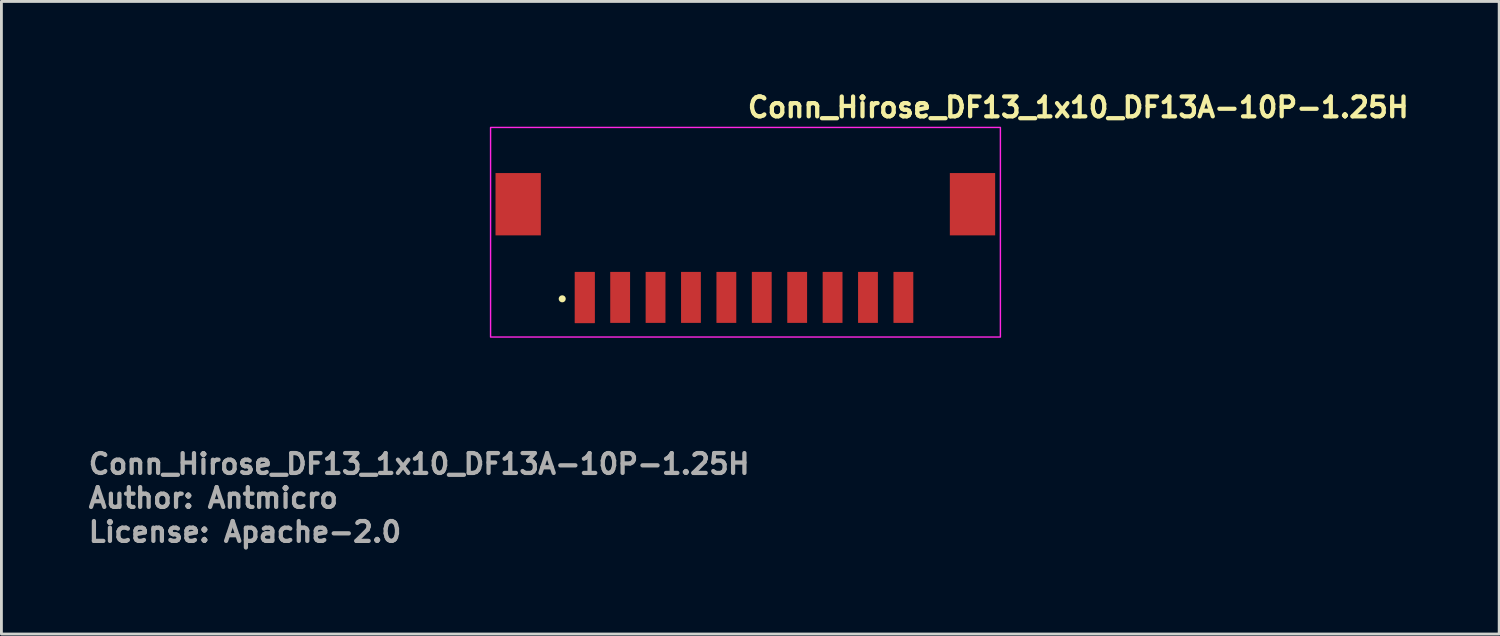
<source format=kicad_pcb>
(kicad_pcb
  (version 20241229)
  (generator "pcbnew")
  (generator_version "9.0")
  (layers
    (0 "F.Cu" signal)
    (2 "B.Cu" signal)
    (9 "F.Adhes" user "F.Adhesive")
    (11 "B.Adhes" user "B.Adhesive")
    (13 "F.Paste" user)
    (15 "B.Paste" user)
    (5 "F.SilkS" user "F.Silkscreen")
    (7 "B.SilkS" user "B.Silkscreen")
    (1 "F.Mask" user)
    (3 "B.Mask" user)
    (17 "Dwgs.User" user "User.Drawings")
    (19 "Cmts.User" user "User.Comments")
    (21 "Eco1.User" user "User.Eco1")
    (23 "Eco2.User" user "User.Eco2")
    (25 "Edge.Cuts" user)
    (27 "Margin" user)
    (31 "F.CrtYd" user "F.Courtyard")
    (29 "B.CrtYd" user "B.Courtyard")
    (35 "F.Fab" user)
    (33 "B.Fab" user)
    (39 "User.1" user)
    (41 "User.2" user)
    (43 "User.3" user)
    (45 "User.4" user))
  (footprint "Conn_Hirose_DF13_1x10_DF13A-10P-1.25H"
    (layer "F.Cu")
    (at 23.27 5.05)
    (property "Reference" "Conn_Hirose_DF13_1x10_DF13A-10P-1.25H" (at 0 -3.9 0) (layer "F.SilkS") (effects (font (size 0.7 0.7) (thickness 0.15)) (justify left bottom)))
    (attr smd)
    (fp_circle (center -6.47 2.45) (end -6.42 2.45) (stroke (width 0.15) (type solid)) (fill yes) (layer "F.SilkS"))
    (fp_rect (start -9 -3.6) (end 9 3.8) (stroke (width 0.05) (type solid)) (fill no) (layer "F.CrtYd"))
    (fp_rect (start -8.575 -3.25) (end 8.575 3.25) (stroke (width 0.1) (type solid)) (fill no) (layer "User.5"))
    (fp_line (start -8.575 -1.45) (end -8.575 -0.8) (stroke (width 0.02) (type solid)) (layer "User.9"))
    (fp_line (start -8.575 -1.45) (end -8.458 -1.45) (stroke (width 0.02) (type solid)) (layer "User.9"))
    (fp_line (start -8.575 -0.8) (end -8.458 -0.8) (stroke (width 0.02) (type solid)) (layer "User.9"))
    (fp_line (start -8.575 -0.3) (end -8.575 -0.8) (stroke (width 0.02) (type solid)) (layer "User.9"))
    (fp_line (start -8.575 -0.3) (end -8.575 0.35) (stroke (width 0.02) (type solid)) (layer "User.9"))
    (fp_line (start -8.575 -0.3) (end -8.458 -0.3) (stroke (width 0.02) (type solid)) (layer "User.9"))
    (fp_line (start -8.575 0.35) (end -8.458 0.35) (stroke (width 0.02) (type solid)) (layer "User.9"))
    (fp_line (start -8.458 -1.45) (end -8.458 -1.45) (stroke (width 0.02) (type solid)) (layer "User.9"))
    (fp_line (start -8.458 -1.45) (end -8.175 -1.45) (stroke (width 0.02) (type solid)) (layer "User.9"))
    (fp_line (start -8.458 -0.8) (end -8.458 -0.8) (stroke (width 0.02) (type solid)) (layer "User.9"))
    (fp_line (start -8.458 -0.8) (end -8.175 -0.8) (stroke (width 0.02) (type solid)) (layer "User.9"))
    (fp_line (start -8.458 -0.3) (end -8.458 -0.3) (stroke (width 0.02) (type solid)) (layer "User.9"))
    (fp_line (start -8.458 -0.3) (end -8.175 -0.3) (stroke (width 0.02) (type solid)) (layer "User.9"))
    (fp_line (start -8.458 0.35) (end -8.458 0.35) (stroke (width 0.02) (type solid)) (layer "User.9"))
    (fp_line (start -8.458 0.35) (end -8.175 0.35) (stroke (width 0.02) (type solid)) (layer "User.9"))
    (fp_line (start -8.375 -0.3) (end -8.375 -0.8) (stroke (width 0.02) (type solid)) (layer "User.9"))
    (fp_line (start -8.175 -0.8) (end -7.775 -0.8) (stroke (width 0.02) (type solid)) (layer "User.9"))
    (fp_line (start -8.175 0.35) (end -7.475 0.35) (stroke (width 0.02) (type solid)) (layer "User.9"))
    (fp_line (start -7.825 -2.25) (end -7.075 -2.25) (stroke (width 0.02) (type solid)) (layer "User.9"))
    (fp_line (start -7.825 -1.45) (end -7.825 -2.25) (stroke (width 0.02) (type solid)) (layer "User.9"))
    (fp_line (start -7.825 1.15) (end -7.825 0.35) (stroke (width 0.02) (type solid)) (layer "User.9"))
    (fp_line (start -7.825 1.15) (end -7.075 1.15) (stroke (width 0.02) (type solid)) (layer "User.9"))
    (fp_line (start -7.775 -0.8) (end -7.775 -0.3) (stroke (width 0.02) (type solid)) (layer "User.9"))
    (fp_line (start -7.775 -0.3) (end -8.175 -0.3) (stroke (width 0.02) (type solid)) (layer "User.9"))
    (fp_line (start -7.475 -1.45) (end -8.175 -1.45) (stroke (width 0.02) (type solid)) (layer "User.9"))
    (fp_line (start -7.475 -1.45) (end -7.192 -1.45) (stroke (width 0.02) (type solid)) (layer "User.9"))
    (fp_line (start -7.475 0.35) (end -7.192 0.35) (stroke (width 0.02) (type solid)) (layer "User.9"))
    (fp_line (start -7.285 -1.75) (end -7.075 -1.75) (stroke (width 0.02) (type solid)) (layer "User.9"))
    (fp_line (start -7.285 -1.45) (end -7.285 -1.75) (stroke (width 0.02) (type solid)) (layer "User.9"))
    (fp_line (start -7.285 0.65) (end -7.285 0.35) (stroke (width 0.02) (type solid)) (layer "User.9"))
    (fp_line (start -7.285 0.65) (end -7.075 0.65) (stroke (width 0.02) (type solid)) (layer "User.9"))
    (fp_line (start -7.275 -1.732) (end -7.275 -1.75) (stroke (width 0.02) (type solid)) (layer "User.9"))
    (fp_line (start -7.275 -1.732) (end -7.275 -1.55) (stroke (width 0.02) (type solid)) (layer "User.9"))
    (fp_line (start -7.275 -1.55) (end -7.075 -1.55) (stroke (width 0.02) (type solid)) (layer "User.9"))
    (fp_line (start -7.275 -1.45) (end -7.275 -1.55) (stroke (width 0.02) (type solid)) (layer "User.9"))
    (fp_line (start -7.275 0.451) (end -7.275 0.35) (stroke (width 0.02) (type solid)) (layer "User.9"))
    (fp_line (start -7.275 0.633) (end -7.275 0.451) (stroke (width 0.02) (type solid)) (layer "User.9"))
    (fp_line (start -7.275 0.65) (end -7.275 0.633) (stroke (width 0.02) (type solid)) (layer "User.9"))
    (fp_line (start -7.192 -1.45) (end -7.192 -1.45) (stroke (width 0.02) (type solid)) (layer "User.9"))
    (fp_line (start -7.192 -1.45) (end -7.075 -1.45) (stroke (width 0.02) (type solid)) (layer "User.9"))
    (fp_line (start -7.192 0.35) (end -7.192 0.35) (stroke (width 0.02) (type solid)) (layer "User.9"))
    (fp_line (start -7.192 0.35) (end -7.075 0.35) (stroke (width 0.02) (type solid)) (layer "User.9"))
    (fp_line (start -7.075 -3.25) (end -6.1 -3.25) (stroke (width 0.02) (type solid)) (layer "User.9"))
    (fp_line (start -7.075 0.451) (end -7.275 0.451) (stroke (width 0.02) (type solid)) (layer "User.9"))
    (fp_line (start -7.075 1.75) (end -7.075 -3.25) (stroke (width 0.02) (type solid)) (layer "User.9"))
    (fp_line (start -6.1 -3.25) (end -6.1 1.75) (stroke (width 0.02) (type solid)) (layer "User.9"))
    (fp_line (start -6.1 0.85) (end 6.1 0.85) (stroke (width 0.02) (type solid)) (layer "User.9"))
    (fp_line (start -6.1 1.75) (end -7.075 1.75) (stroke (width 0.02) (type solid)) (layer "User.9"))
    (fp_line (start -6.1 1.75) (end -5.8 1.75) (stroke (width 0.02) (type solid)) (layer "User.9"))
    (fp_line (start -5.8 -2.35) (end -5.8 -1.45) (stroke (width 0.02) (type solid)) (layer "User.9"))
    (fp_line (start -5.8 -2.35) (end -5.725 -2.65) (stroke (width 0.02) (type solid)) (layer "User.9"))
    (fp_line (start -5.8 -2.35) (end -5.45 -2.35) (stroke (width 0.02) (type solid)) (layer "User.9"))
    (fp_line (start -5.8 1.05) (end -5.8 1.2) (stroke (width 0.02) (type solid)) (layer "User.9"))
    (fp_line (start -5.8 1.05) (end -5.45 1.05) (stroke (width 0.02) (type solid)) (layer "User.9"))
    (fp_line (start -5.8 1.3) (end -5.45 1.3) (stroke (width 0.02) (type solid)) (layer "User.9"))
    (fp_line (start -5.8 1.303) (end -5.8 1.05) (stroke (width 0.02) (type solid)) (layer "User.9"))
    (fp_line (start -5.8 1.303) (end -5.8 1.45) (stroke (width 0.02) (type solid)) (layer "User.9"))
    (fp_line (start -5.8 1.45) (end -5.8 1.45) (stroke (width 0.02) (type solid)) (layer "User.9"))
    (fp_line (start -5.8 1.45) (end -5.8 1.75) (stroke (width 0.02) (type solid)) (layer "User.9"))
    (fp_line (start -5.8 1.75) (end -5.8 2.95) (stroke (width 0.02) (type solid)) (layer "User.9"))
    (fp_line (start -5.8 2.95) (end -5.725 3.25) (stroke (width 0.02) (type solid)) (layer "User.9"))
    (fp_line (start -5.725 3.25) (end -5.525 3.25) (stroke (width 0.02) (type solid)) (layer "User.9"))
    (fp_line (start -5.525 -2.65) (end -5.725 -2.65) (stroke (width 0.02) (type solid)) (layer "User.9"))
    (fp_line (start -5.525 -2.65) (end -5.45 -2.35) (stroke (width 0.02) (type solid)) (layer "User.9"))
    (fp_line (start -5.525 3.25) (end -5.45 2.95) (stroke (width 0.02) (type solid)) (layer "User.9"))
    (fp_line (start -5.45 -2.35) (end -5.45 -1.45) (stroke (width 0.02) (type solid)) (layer "User.9"))
    (fp_line (start -5.45 1.05) (end -5.45 1.2) (stroke (width 0.02) (type solid)) (layer "User.9"))
    (fp_line (start -5.45 1.05) (end -5.449 1.05) (stroke (width 0.02) (type solid)) (layer "User.9"))
    (fp_line (start -5.45 1.2) (end -5.45 1.3) (stroke (width 0.02) (type solid)) (layer "User.9"))
    (fp_line (start -5.45 1.3) (end -5.45 1.432) (stroke (width 0.02) (type solid)) (layer "User.9"))
    (fp_line (start -5.45 1.432) (end -5.45 1.432) (stroke (width 0.02) (type solid)) (layer "User.9"))
    (fp_line (start -5.45 1.432) (end -5.45 1.75) (stroke (width 0.02) (type solid)) (layer "User.9"))
    (fp_line (start -5.45 1.55) (end -5.449 1.55) (stroke (width 0.02) (type solid)) (layer "User.9"))
    (fp_line (start -5.45 1.75) (end -5.45 2.95) (stroke (width 0.02) (type solid)) (layer "User.9"))
    (fp_line (start -5.45 2.95) (end -5.8 2.95) (stroke (width 0.02) (type solid)) (layer "User.9"))
    (fp_line (start -5.449 1.05) (end -5.8 1.05) (stroke (width 0.02) (type solid)) (layer "User.9"))
    (fp_line (start -5.449 1.75) (end -5.449 1.05) (stroke (width 0.02) (type solid)) (layer "User.9"))
    (fp_line (start -4.551 1.05) (end -4.55 1.05) (stroke (width 0.02) (type solid)) (layer "User.9"))
    (fp_line (start -4.551 1.05) (end -4.199 1.05) (stroke (width 0.02) (type solid)) (layer "User.9"))
    (fp_line (start -4.551 1.55) (end -4.55 1.55) (stroke (width 0.02) (type solid)) (layer "User.9"))
    (fp_line (start -4.551 1.75) (end -5.449 1.75) (stroke (width 0.02) (type solid)) (layer "User.9"))
    (fp_line (start -4.551 1.75) (end -4.551 1.05) (stroke (width 0.02) (type solid)) (layer "User.9"))
    (fp_line (start -4.55 -2.35) (end -4.55 -1.45) (stroke (width 0.02) (type solid)) (layer "User.9"))
    (fp_line (start -4.55 -2.35) (end -4.475 -2.65) (stroke (width 0.02) (type solid)) (layer "User.9"))
    (fp_line (start -4.55 -2.35) (end -4.2 -2.35) (stroke (width 0.02) (type solid)) (layer "User.9"))
    (fp_line (start -4.55 1.05) (end -4.55 1.2) (stroke (width 0.02) (type solid)) (layer "User.9"))
    (fp_line (start -4.55 1.2) (end -4.55 1.3) (stroke (width 0.02) (type solid)) (layer "User.9"))
    (fp_line (start -4.55 1.3) (end -4.55 1.432) (stroke (width 0.02) (type solid)) (layer "User.9"))
    (fp_line (start -4.55 1.3) (end -4.2 1.3) (stroke (width 0.02) (type solid)) (layer "User.9"))
    (fp_line (start -4.55 1.432) (end -4.55 1.432) (stroke (width 0.02) (type solid)) (layer "User.9"))
    (fp_line (start -4.55 1.432) (end -4.55 1.75) (stroke (width 0.02) (type solid)) (layer "User.9"))
    (fp_line (start -4.55 1.75) (end -4.55 2.95) (stroke (width 0.02) (type solid)) (layer "User.9"))
    (fp_line (start -4.55 2.95) (end -4.475 3.25) (stroke (width 0.02) (type solid)) (layer "User.9"))
    (fp_line (start -4.475 3.25) (end -4.275 3.25) (stroke (width 0.02) (type solid)) (layer "User.9"))
    (fp_line (start -4.275 -2.65) (end -4.475 -2.65) (stroke (width 0.02) (type solid)) (layer "User.9"))
    (fp_line (start -4.275 -2.65) (end -4.2 -2.35) (stroke (width 0.02) (type solid)) (layer "User.9"))
    (fp_line (start -4.275 3.25) (end -4.2 2.95) (stroke (width 0.02) (type solid)) (layer "User.9"))
    (fp_line (start -4.2 -2.35) (end -4.2 -1.45) (stroke (width 0.02) (type solid)) (layer "User.9"))
    (fp_line (start -4.2 1.05) (end -4.2 1.2) (stroke (width 0.02) (type solid)) (layer "User.9"))
    (fp_line (start -4.2 1.05) (end -4.199 1.05) (stroke (width 0.02) (type solid)) (layer "User.9"))
    (fp_line (start -4.2 1.2) (end -4.2 1.3) (stroke (width 0.02) (type solid)) (layer "User.9"))
    (fp_line (start -4.2 1.3) (end -4.2 1.432) (stroke (width 0.02) (type solid)) (layer "User.9"))
    (fp_line (start -4.2 1.432) (end -4.2 1.432) (stroke (width 0.02) (type solid)) (layer "User.9"))
    (fp_line (start -4.2 1.432) (end -4.2 1.75) (stroke (width 0.02) (type solid)) (layer "User.9"))
    (fp_line (start -4.2 1.55) (end -4.199 1.55) (stroke (width 0.02) (type solid)) (layer "User.9"))
    (fp_line (start -4.2 1.75) (end -4.2 2.95) (stroke (width 0.02) (type solid)) (layer "User.9"))
    (fp_line (start -4.2 2.95) (end -4.55 2.95) (stroke (width 0.02) (type solid)) (layer "User.9"))
    (fp_line (start -4.199 1.75) (end -4.199 1.05) (stroke (width 0.02) (type solid)) (layer "User.9"))
    (fp_line (start -4.199 1.75) (end -3.301 1.75) (stroke (width 0.02) (type solid)) (layer "User.9"))
    (fp_line (start -3.301 1.05) (end -3.3 1.05) (stroke (width 0.02) (type solid)) (layer "User.9"))
    (fp_line (start -3.301 1.05) (end -2.949 1.05) (stroke (width 0.02) (type solid)) (layer "User.9"))
    (fp_line (start -3.301 1.55) (end -3.3 1.55) (stroke (width 0.02) (type solid)) (layer "User.9"))
    (fp_line (start -3.301 1.75) (end -3.301 1.05) (stroke (width 0.02) (type solid)) (layer "User.9"))
    (fp_line (start -3.3 -2.35) (end -3.3 -1.45) (stroke (width 0.02) (type solid)) (layer "User.9"))
    (fp_line (start -3.3 -2.35) (end -3.225 -2.65) (stroke (width 0.02) (type solid)) (layer "User.9"))
    (fp_line (start -3.3 -2.35) (end -2.95 -2.35) (stroke (width 0.02) (type solid)) (layer "User.9"))
    (fp_line (start -3.3 1.05) (end -3.3 1.2) (stroke (width 0.02) (type solid)) (layer "User.9"))
    (fp_line (start -3.3 1.2) (end -3.3 1.3) (stroke (width 0.02) (type solid)) (layer "User.9"))
    (fp_line (start -3.3 1.3) (end -3.3 1.432) (stroke (width 0.02) (type solid)) (layer "User.9"))
    (fp_line (start -3.3 1.3) (end -2.95 1.3) (stroke (width 0.02) (type solid)) (layer "User.9"))
    (fp_line (start -3.3 1.432) (end -3.3 1.432) (stroke (width 0.02) (type solid)) (layer "User.9"))
    (fp_line (start -3.3 1.432) (end -3.3 1.75) (stroke (width 0.02) (type solid)) (layer "User.9"))
    (fp_line (start -3.3 1.75) (end -3.3 2.95) (stroke (width 0.02) (type solid)) (layer "User.9"))
    (fp_line (start -3.3 2.95) (end -3.225 3.25) (stroke (width 0.02) (type solid)) (layer "User.9"))
    (fp_line (start -3.225 3.25) (end -3.025 3.25) (stroke (width 0.02) (type solid)) (layer "User.9"))
    (fp_line (start -3.025 -2.65) (end -3.225 -2.65) (stroke (width 0.02) (type solid)) (layer "User.9"))
    (fp_line (start -3.025 -2.65) (end -2.95 -2.35) (stroke (width 0.02) (type solid)) (layer "User.9"))
    (fp_line (start -3.025 3.25) (end -2.95 2.95) (stroke (width 0.02) (type solid)) (layer "User.9"))
    (fp_line (start -2.95 -2.35) (end -2.95 -1.45) (stroke (width 0.02) (type solid)) (layer "User.9"))
    (fp_line (start -2.95 1.05) (end -2.95 1.2) (stroke (width 0.02) (type solid)) (layer "User.9"))
    (fp_line (start -2.95 1.05) (end -2.949 1.05) (stroke (width 0.02) (type solid)) (layer "User.9"))
    (fp_line (start -2.95 1.2) (end -2.95 1.3) (stroke (width 0.02) (type solid)) (layer "User.9"))
    (fp_line (start -2.95 1.3) (end -2.95 1.432) (stroke (width 0.02) (type solid)) (layer "User.9"))
    (fp_line (start -2.95 1.432) (end -2.95 1.432) (stroke (width 0.02) (type solid)) (layer "User.9"))
    (fp_line (start -2.95 1.432) (end -2.95 1.75) (stroke (width 0.02) (type solid)) (layer "User.9"))
    (fp_line (start -2.95 1.55) (end -2.949 1.55) (stroke (width 0.02) (type solid)) (layer "User.9"))
    (fp_line (start -2.95 1.75) (end -2.95 2.95) (stroke (width 0.02) (type solid)) (layer "User.9"))
    (fp_line (start -2.95 2.95) (end -3.3 2.95) (stroke (width 0.02) (type solid)) (layer "User.9"))
    (fp_line (start -2.949 1.75) (end -2.949 1.05) (stroke (width 0.02) (type solid)) (layer "User.9"))
    (fp_line (start -2.949 1.75) (end -2.051 1.75) (stroke (width 0.02) (type solid)) (layer "User.9"))
    (fp_line (start -2.051 1.05) (end -2.05 1.05) (stroke (width 0.02) (type solid)) (layer "User.9"))
    (fp_line (start -2.051 1.05) (end -1.699 1.05) (stroke (width 0.02) (type solid)) (layer "User.9"))
    (fp_line (start -2.051 1.55) (end -2.05 1.55) (stroke (width 0.02) (type solid)) (layer "User.9"))
    (fp_line (start -2.051 1.75) (end -2.051 1.05) (stroke (width 0.02) (type solid)) (layer "User.9"))
    (fp_line (start -2.05 -2.35) (end -2.05 -1.45) (stroke (width 0.02) (type solid)) (layer "User.9"))
    (fp_line (start -2.05 -2.35) (end -1.975 -2.65) (stroke (width 0.02) (type solid)) (layer "User.9"))
    (fp_line (start -2.05 -2.35) (end -1.7 -2.35) (stroke (width 0.02) (type solid)) (layer "User.9"))
    (fp_line (start -2.05 1.05) (end -2.05 1.2) (stroke (width 0.02) (type solid)) (layer "User.9"))
    (fp_line (start -2.05 1.2) (end -2.05 1.3) (stroke (width 0.02) (type solid)) (layer "User.9"))
    (fp_line (start -2.05 1.3) (end -2.05 1.432) (stroke (width 0.02) (type solid)) (layer "User.9"))
    (fp_line (start -2.05 1.3) (end -1.7 1.3) (stroke (width 0.02) (type solid)) (layer "User.9"))
    (fp_line (start -2.05 1.432) (end -2.05 1.432) (stroke (width 0.02) (type solid)) (layer "User.9"))
    (fp_line (start -2.05 1.432) (end -2.05 1.75) (stroke (width 0.02) (type solid)) (layer "User.9"))
    (fp_line (start -2.05 1.75) (end -2.05 2.95) (stroke (width 0.02) (type solid)) (layer "User.9"))
    (fp_line (start -2.05 2.95) (end -1.975 3.25) (stroke (width 0.02) (type solid)) (layer "User.9"))
    (fp_line (start -1.975 3.25) (end -1.775 3.25) (stroke (width 0.02) (type solid)) (layer "User.9"))
    (fp_line (start -1.775 -2.65) (end -1.975 -2.65) (stroke (width 0.02) (type solid)) (layer "User.9"))
    (fp_line (start -1.775 -2.65) (end -1.7 -2.35) (stroke (width 0.02) (type solid)) (layer "User.9"))
    (fp_line (start -1.775 3.25) (end -1.7 2.95) (stroke (width 0.02) (type solid)) (layer "User.9"))
    (fp_line (start -1.7 -2.35) (end -1.7 -1.45) (stroke (width 0.02) (type solid)) (layer "User.9"))
    (fp_line (start -1.7 1.05) (end -1.7 1.2) (stroke (width 0.02) (type solid)) (layer "User.9"))
    (fp_line (start -1.7 1.05) (end -1.699 1.05) (stroke (width 0.02) (type solid)) (layer "User.9"))
    (fp_line (start -1.7 1.2) (end -1.7 1.3) (stroke (width 0.02) (type solid)) (layer "User.9"))
    (fp_line (start -1.7 1.3) (end -1.7 1.432) (stroke (width 0.02) (type solid)) (layer "User.9"))
    (fp_line (start -1.7 1.432) (end -1.7 1.432) (stroke (width 0.02) (type solid)) (layer "User.9"))
    (fp_line (start -1.7 1.432) (end -1.7 1.75) (stroke (width 0.02) (type solid)) (layer "User.9"))
    (fp_line (start -1.7 1.55) (end -1.699 1.55) (stroke (width 0.02) (type solid)) (layer "User.9"))
    (fp_line (start -1.7 1.75) (end -1.7 2.95) (stroke (width 0.02) (type solid)) (layer "User.9"))
    (fp_line (start -1.7 2.95) (end -2.05 2.95) (stroke (width 0.02) (type solid)) (layer "User.9"))
    (fp_line (start -1.699 1.75) (end -1.699 1.05) (stroke (width 0.02) (type solid)) (layer "User.9"))
    (fp_line (start -1.699 1.75) (end -0.801 1.75) (stroke (width 0.02) (type solid)) (layer "User.9"))
    (fp_line (start -0.801 1.05) (end -0.8 1.05) (stroke (width 0.02) (type solid)) (layer "User.9"))
    (fp_line (start -0.801 1.05) (end -0.449 1.05) (stroke (width 0.02) (type solid)) (layer "User.9"))
    (fp_line (start -0.801 1.55) (end -0.8 1.55) (stroke (width 0.02) (type solid)) (layer "User.9"))
    (fp_line (start -0.801 1.75) (end -0.801 1.05) (stroke (width 0.02) (type solid)) (layer "User.9"))
    (fp_line (start -0.8 -2.35) (end -0.8 -1.45) (stroke (width 0.02) (type solid)) (layer "User.9"))
    (fp_line (start -0.8 -2.35) (end -0.725 -2.65) (stroke (width 0.02) (type solid)) (layer "User.9"))
    (fp_line (start -0.8 -2.35) (end -0.45 -2.35) (stroke (width 0.02) (type solid)) (layer "User.9"))
    (fp_line (start -0.8 1.05) (end -0.8 1.2) (stroke (width 0.02) (type solid)) (layer "User.9"))
    (fp_line (start -0.8 1.2) (end -0.8 1.3) (stroke (width 0.02) (type solid)) (layer "User.9"))
    (fp_line (start -0.8 1.3) (end -0.8 1.432) (stroke (width 0.02) (type solid)) (layer "User.9"))
    (fp_line (start -0.8 1.3) (end -0.45 1.3) (stroke (width 0.02) (type solid)) (layer "User.9"))
    (fp_line (start -0.8 1.432) (end -0.8 1.432) (stroke (width 0.02) (type solid)) (layer "User.9"))
    (fp_line (start -0.8 1.432) (end -0.8 1.75) (stroke (width 0.02) (type solid)) (layer "User.9"))
    (fp_line (start -0.8 1.75) (end -0.8 2.95) (stroke (width 0.02) (type solid)) (layer "User.9"))
    (fp_line (start -0.8 2.95) (end -0.725 3.25) (stroke (width 0.02) (type solid)) (layer "User.9"))
    (fp_line (start -0.725 3.25) (end -0.525 3.25) (stroke (width 0.02) (type solid)) (layer "User.9"))
    (fp_line (start -0.525 -2.65) (end -0.725 -2.65) (stroke (width 0.02) (type solid)) (layer "User.9"))
    (fp_line (start -0.525 -2.65) (end -0.45 -2.35) (stroke (width 0.02) (type solid)) (layer "User.9"))
    (fp_line (start -0.525 3.25) (end -0.45 2.95) (stroke (width 0.02) (type solid)) (layer "User.9"))
    (fp_line (start -0.45 -2.35) (end -0.45 -1.45) (stroke (width 0.02) (type solid)) (layer "User.9"))
    (fp_line (start -0.45 1.05) (end -0.45 1.2) (stroke (width 0.02) (type solid)) (layer "User.9"))
    (fp_line (start -0.45 1.05) (end -0.449 1.05) (stroke (width 0.02) (type solid)) (layer "User.9"))
    (fp_line (start -0.45 1.2) (end -0.45 1.3) (stroke (width 0.02) (type solid)) (layer "User.9"))
    (fp_line (start -0.45 1.3) (end -0.45 1.432) (stroke (width 0.02) (type solid)) (layer "User.9"))
    (fp_line (start -0.45 1.432) (end -0.45 1.432) (stroke (width 0.02) (type solid)) (layer "User.9"))
    (fp_line (start -0.45 1.432) (end -0.45 1.75) (stroke (width 0.02) (type solid)) (layer "User.9"))
    (fp_line (start -0.45 1.55) (end -0.449 1.55) (stroke (width 0.02) (type solid)) (layer "User.9"))
    (fp_line (start -0.45 1.75) (end -0.45 2.95) (stroke (width 0.02) (type solid)) (layer "User.9"))
    (fp_line (start -0.45 2.95) (end -0.8 2.95) (stroke (width 0.02) (type solid)) (layer "User.9"))
    (fp_line (start -0.449 1.75) (end -0.449 1.05) (stroke (width 0.02) (type solid)) (layer "User.9"))
    (fp_line (start 0.449 1.05) (end 0.45 1.05) (stroke (width 0.02) (type solid)) (layer "User.9"))
    (fp_line (start 0.449 1.55) (end 0.45 1.55) (stroke (width 0.02) (type solid)) (layer "User.9"))
    (fp_line (start 0.449 1.75) (end -0.449 1.75) (stroke (width 0.02) (type solid)) (layer "User.9"))
    (fp_line (start 0.449 1.75) (end 0.449 1.05) (stroke (width 0.02) (type solid)) (layer "User.9"))
    (fp_line (start 0.45 -2.35) (end 0.45 -1.45) (stroke (width 0.02) (type solid)) (layer "User.9"))
    (fp_line (start 0.45 -2.35) (end 0.525 -2.65) (stroke (width 0.02) (type solid)) (layer "User.9"))
    (fp_line (start 0.45 -2.35) (end 0.8 -2.35) (stroke (width 0.02) (type solid)) (layer "User.9"))
    (fp_line (start 0.45 1.05) (end 0.45 1.2) (stroke (width 0.02) (type solid)) (layer "User.9"))
    (fp_line (start 0.45 1.2) (end 0.45 1.3) (stroke (width 0.02) (type solid)) (layer "User.9"))
    (fp_line (start 0.45 1.3) (end 0.45 1.432) (stroke (width 0.02) (type solid)) (layer "User.9"))
    (fp_line (start 0.45 1.3) (end 0.8 1.3) (stroke (width 0.02) (type solid)) (layer "User.9"))
    (fp_line (start 0.45 1.432) (end 0.45 1.432) (stroke (width 0.02) (type solid)) (layer "User.9"))
    (fp_line (start 0.45 1.432) (end 0.45 1.75) (stroke (width 0.02) (type solid)) (layer "User.9"))
    (fp_line (start 0.45 1.75) (end 0.45 2.95) (stroke (width 0.02) (type solid)) (layer "User.9"))
    (fp_line (start 0.45 2.95) (end 0.525 3.25) (stroke (width 0.02) (type solid)) (layer "User.9"))
    (fp_line (start 0.525 3.25) (end 0.725 3.25) (stroke (width 0.02) (type solid)) (layer "User.9"))
    (fp_line (start 0.725 -2.65) (end 0.525 -2.65) (stroke (width 0.02) (type solid)) (layer "User.9"))
    (fp_line (start 0.725 -2.65) (end 0.8 -2.35) (stroke (width 0.02) (type solid)) (layer "User.9"))
    (fp_line (start 0.725 3.25) (end 0.8 2.95) (stroke (width 0.02) (type solid)) (layer "User.9"))
    (fp_line (start 0.8 -2.35) (end 0.8 -1.45) (stroke (width 0.02) (type solid)) (layer "User.9"))
    (fp_line (start 0.8 1.05) (end 0.8 1.2) (stroke (width 0.02) (type solid)) (layer "User.9"))
    (fp_line (start 0.8 1.05) (end 0.801 1.05) (stroke (width 0.02) (type solid)) (layer "User.9"))
    (fp_line (start 0.8 1.2) (end 0.8 1.3) (stroke (width 0.02) (type solid)) (layer "User.9"))
    (fp_line (start 0.8 1.3) (end 0.8 1.432) (stroke (width 0.02) (type solid)) (layer "User.9"))
    (fp_line (start 0.8 1.432) (end 0.8 1.432) (stroke (width 0.02) (type solid)) (layer "User.9"))
    (fp_line (start 0.8 1.432) (end 0.8 1.75) (stroke (width 0.02) (type solid)) (layer "User.9"))
    (fp_line (start 0.8 1.55) (end 0.801 1.55) (stroke (width 0.02) (type solid)) (layer "User.9"))
    (fp_line (start 0.8 1.75) (end 0.8 2.95) (stroke (width 0.02) (type solid)) (layer "User.9"))
    (fp_line (start 0.8 2.95) (end 0.45 2.95) (stroke (width 0.02) (type solid)) (layer "User.9"))
    (fp_line (start 0.801 1.05) (end 0.449 1.05) (stroke (width 0.02) (type solid)) (layer "User.9"))
    (fp_line (start 0.801 1.75) (end 0.801 1.05) (stroke (width 0.02) (type solid)) (layer "User.9"))
    (fp_line (start 1.699 1.05) (end 1.7 1.05) (stroke (width 0.02) (type solid)) (layer "User.9"))
    (fp_line (start 1.699 1.55) (end 1.7 1.55) (stroke (width 0.02) (type solid)) (layer "User.9"))
    (fp_line (start 1.699 1.75) (end 0.801 1.75) (stroke (width 0.02) (type solid)) (layer "User.9"))
    (fp_line (start 1.699 1.75) (end 1.699 1.05) (stroke (width 0.02) (type solid)) (layer "User.9"))
    (fp_line (start 1.7 -2.35) (end 1.7 -1.45) (stroke (width 0.02) (type solid)) (layer "User.9"))
    (fp_line (start 1.7 -2.35) (end 1.775 -2.65) (stroke (width 0.02) (type solid)) (layer "User.9"))
    (fp_line (start 1.7 -2.35) (end 2.05 -2.35) (stroke (width 0.02) (type solid)) (layer "User.9"))
    (fp_line (start 1.7 1.05) (end 1.7 1.2) (stroke (width 0.02) (type solid)) (layer "User.9"))
    (fp_line (start 1.7 1.2) (end 1.7 1.3) (stroke (width 0.02) (type solid)) (layer "User.9"))
    (fp_line (start 1.7 1.3) (end 1.7 1.432) (stroke (width 0.02) (type solid)) (layer "User.9"))
    (fp_line (start 1.7 1.3) (end 2.05 1.3) (stroke (width 0.02) (type solid)) (layer "User.9"))
    (fp_line (start 1.7 1.432) (end 1.7 1.432) (stroke (width 0.02) (type solid)) (layer "User.9"))
    (fp_line (start 1.7 1.432) (end 1.7 1.75) (stroke (width 0.02) (type solid)) (layer "User.9"))
    (fp_line (start 1.7 1.75) (end 1.7 2.95) (stroke (width 0.02) (type solid)) (layer "User.9"))
    (fp_line (start 1.7 2.95) (end 1.775 3.25) (stroke (width 0.02) (type solid)) (layer "User.9"))
    (fp_line (start 1.775 3.25) (end 1.975 3.25) (stroke (width 0.02) (type solid)) (layer "User.9"))
    (fp_line (start 1.975 -2.65) (end 1.775 -2.65) (stroke (width 0.02) (type solid)) (layer "User.9"))
    (fp_line (start 1.975 -2.65) (end 2.05 -2.35) (stroke (width 0.02) (type solid)) (layer "User.9"))
    (fp_line (start 1.975 3.25) (end 2.05 2.95) (stroke (width 0.02) (type solid)) (layer "User.9"))
    (fp_line (start 2.05 -2.35) (end 2.05 -1.45) (stroke (width 0.02) (type solid)) (layer "User.9"))
    (fp_line (start 2.05 1.05) (end 2.05 1.2) (stroke (width 0.02) (type solid)) (layer "User.9"))
    (fp_line (start 2.05 1.05) (end 2.051 1.05) (stroke (width 0.02) (type solid)) (layer "User.9"))
    (fp_line (start 2.05 1.2) (end 2.05 1.3) (stroke (width 0.02) (type solid)) (layer "User.9"))
    (fp_line (start 2.05 1.3) (end 2.05 1.432) (stroke (width 0.02) (type solid)) (layer "User.9"))
    (fp_line (start 2.05 1.432) (end 2.05 1.432) (stroke (width 0.02) (type solid)) (layer "User.9"))
    (fp_line (start 2.05 1.432) (end 2.05 1.75) (stroke (width 0.02) (type solid)) (layer "User.9"))
    (fp_line (start 2.05 1.55) (end 2.051 1.55) (stroke (width 0.02) (type solid)) (layer "User.9"))
    (fp_line (start 2.05 1.75) (end 2.05 2.95) (stroke (width 0.02) (type solid)) (layer "User.9"))
    (fp_line (start 2.05 2.95) (end 1.7 2.95) (stroke (width 0.02) (type solid)) (layer "User.9"))
    (fp_line (start 2.051 1.05) (end 1.699 1.05) (stroke (width 0.02) (type solid)) (layer "User.9"))
    (fp_line (start 2.051 1.75) (end 2.051 1.05) (stroke (width 0.02) (type solid)) (layer "User.9"))
    (fp_line (start 2.949 1.05) (end 2.95 1.05) (stroke (width 0.02) (type solid)) (layer "User.9"))
    (fp_line (start 2.949 1.55) (end 2.95 1.55) (stroke (width 0.02) (type solid)) (layer "User.9"))
    (fp_line (start 2.949 1.75) (end 2.051 1.75) (stroke (width 0.02) (type solid)) (layer "User.9"))
    (fp_line (start 2.949 1.75) (end 2.949 1.05) (stroke (width 0.02) (type solid)) (layer "User.9"))
    (fp_line (start 2.95 -2.35) (end 2.95 -1.45) (stroke (width 0.02) (type solid)) (layer "User.9"))
    (fp_line (start 2.95 -2.35) (end 3.025 -2.65) (stroke (width 0.02) (type solid)) (layer "User.9"))
    (fp_line (start 2.95 -2.35) (end 3.3 -2.35) (stroke (width 0.02) (type solid)) (layer "User.9"))
    (fp_line (start 2.95 1.05) (end 2.95 1.2) (stroke (width 0.02) (type solid)) (layer "User.9"))
    (fp_line (start 2.95 1.2) (end 2.95 1.3) (stroke (width 0.02) (type solid)) (layer "User.9"))
    (fp_line (start 2.95 1.3) (end 2.95 1.432) (stroke (width 0.02) (type solid)) (layer "User.9"))
    (fp_line (start 2.95 1.3) (end 3.3 1.3) (stroke (width 0.02) (type solid)) (layer "User.9"))
    (fp_line (start 2.95 1.432) (end 2.95 1.432) (stroke (width 0.02) (type solid)) (layer "User.9"))
    (fp_line (start 2.95 1.432) (end 2.95 1.75) (stroke (width 0.02) (type solid)) (layer "User.9"))
    (fp_line (start 2.95 1.75) (end 2.95 2.95) (stroke (width 0.02) (type solid)) (layer "User.9"))
    (fp_line (start 2.95 2.95) (end 3.025 3.25) (stroke (width 0.02) (type solid)) (layer "User.9"))
    (fp_line (start 3.025 3.25) (end 3.225 3.25) (stroke (width 0.02) (type solid)) (layer "User.9"))
    (fp_line (start 3.225 -2.65) (end 3.025 -2.65) (stroke (width 0.02) (type solid)) (layer "User.9"))
    (fp_line (start 3.225 -2.65) (end 3.3 -2.35) (stroke (width 0.02) (type solid)) (layer "User.9"))
    (fp_line (start 3.225 3.25) (end 3.3 2.95) (stroke (width 0.02) (type solid)) (layer "User.9"))
    (fp_line (start 3.3 -2.35) (end 3.3 -1.45) (stroke (width 0.02) (type solid)) (layer "User.9"))
    (fp_line (start 3.3 1.05) (end 3.3 1.2) (stroke (width 0.02) (type solid)) (layer "User.9"))
    (fp_line (start 3.3 1.05) (end 3.301 1.05) (stroke (width 0.02) (type solid)) (layer "User.9"))
    (fp_line (start 3.3 1.2) (end 3.3 1.3) (stroke (width 0.02) (type solid)) (layer "User.9"))
    (fp_line (start 3.3 1.3) (end 3.3 1.432) (stroke (width 0.02) (type solid)) (layer "User.9"))
    (fp_line (start 3.3 1.432) (end 3.3 1.432) (stroke (width 0.02) (type solid)) (layer "User.9"))
    (fp_line (start 3.3 1.432) (end 3.3 1.75) (stroke (width 0.02) (type solid)) (layer "User.9"))
    (fp_line (start 3.3 1.55) (end 3.301 1.55) (stroke (width 0.02) (type solid)) (layer "User.9"))
    (fp_line (start 3.3 1.75) (end 3.3 2.95) (stroke (width 0.02) (type solid)) (layer "User.9"))
    (fp_line (start 3.3 2.95) (end 2.95 2.95) (stroke (width 0.02) (type solid)) (layer "User.9"))
    (fp_line (start 3.301 1.05) (end 2.949 1.05) (stroke (width 0.02) (type solid)) (layer "User.9"))
    (fp_line (start 3.301 1.75) (end 3.301 1.05) (stroke (width 0.02) (type solid)) (layer "User.9"))
    (fp_line (start 4.199 1.05) (end 4.2 1.05) (stroke (width 0.02) (type solid)) (layer "User.9"))
    (fp_line (start 4.199 1.55) (end 4.2 1.55) (stroke (width 0.02) (type solid)) (layer "User.9"))
    (fp_line (start 4.199 1.75) (end 3.301 1.75) (stroke (width 0.02) (type solid)) (layer "User.9"))
    (fp_line (start 4.199 1.75) (end 4.199 1.05) (stroke (width 0.02) (type solid)) (layer "User.9"))
    (fp_line (start 4.2 -2.35) (end 4.2 -1.45) (stroke (width 0.02) (type solid)) (layer "User.9"))
    (fp_line (start 4.2 -2.35) (end 4.275 -2.65) (stroke (width 0.02) (type solid)) (layer "User.9"))
    (fp_line (start 4.2 -2.35) (end 4.55 -2.35) (stroke (width 0.02) (type solid)) (layer "User.9"))
    (fp_line (start 4.2 1.05) (end 4.2 1.2) (stroke (width 0.02) (type solid)) (layer "User.9"))
    (fp_line (start 4.2 1.2) (end 4.2 1.3) (stroke (width 0.02) (type solid)) (layer "User.9"))
    (fp_line (start 4.2 1.3) (end 4.2 1.432) (stroke (width 0.02) (type solid)) (layer "User.9"))
    (fp_line (start 4.2 1.3) (end 4.55 1.3) (stroke (width 0.02) (type solid)) (layer "User.9"))
    (fp_line (start 4.2 1.432) (end 4.2 1.432) (stroke (width 0.02) (type solid)) (layer "User.9"))
    (fp_line (start 4.2 1.432) (end 4.2 1.75) (stroke (width 0.02) (type solid)) (layer "User.9"))
    (fp_line (start 4.2 1.75) (end 4.2 2.95) (stroke (width 0.02) (type solid)) (layer "User.9"))
    (fp_line (start 4.2 2.95) (end 4.275 3.25) (stroke (width 0.02) (type solid)) (layer "User.9"))
    (fp_line (start 4.275 3.25) (end 4.475 3.25) (stroke (width 0.02) (type solid)) (layer "User.9"))
    (fp_line (start 4.475 -2.65) (end 4.275 -2.65) (stroke (width 0.02) (type solid)) (layer "User.9"))
    (fp_line (start 4.475 -2.65) (end 4.55 -2.35) (stroke (width 0.02) (type solid)) (layer "User.9"))
    (fp_line (start 4.475 3.25) (end 4.55 2.95) (stroke (width 0.02) (type solid)) (layer "User.9"))
    (fp_line (start 4.55 -2.35) (end 4.55 -1.45) (stroke (width 0.02) (type solid)) (layer "User.9"))
    (fp_line (start 4.55 1.05) (end 4.55 1.2) (stroke (width 0.02) (type solid)) (layer "User.9"))
    (fp_line (start 4.55 1.05) (end 4.551 1.05) (stroke (width 0.02) (type solid)) (layer "User.9"))
    (fp_line (start 4.55 1.2) (end 4.55 1.3) (stroke (width 0.02) (type solid)) (layer "User.9"))
    (fp_line (start 4.55 1.3) (end 4.55 1.432) (stroke (width 0.02) (type solid)) (layer "User.9"))
    (fp_line (start 4.55 1.432) (end 4.55 1.432) (stroke (width 0.02) (type solid)) (layer "User.9"))
    (fp_line (start 4.55 1.432) (end 4.55 1.75) (stroke (width 0.02) (type solid)) (layer "User.9"))
    (fp_line (start 4.55 1.55) (end 4.551 1.55) (stroke (width 0.02) (type solid)) (layer "User.9"))
    (fp_line (start 4.55 1.75) (end 4.55 2.95) (stroke (width 0.02) (type solid)) (layer "User.9"))
    (fp_line (start 4.55 2.95) (end 4.2 2.95) (stroke (width 0.02) (type solid)) (layer "User.9"))
    (fp_line (start 4.551 1.05) (end 4.199 1.05) (stroke (width 0.02) (type solid)) (layer "User.9"))
    (fp_line (start 4.551 1.75) (end 4.551 1.05) (stroke (width 0.02) (type solid)) (layer "User.9"))
    (fp_line (start 4.551 1.75) (end 5.449 1.75) (stroke (width 0.02) (type solid)) (layer "User.9"))
    (fp_line (start 5.449 1.05) (end 5.45 1.05) (stroke (width 0.02) (type solid)) (layer "User.9"))
    (fp_line (start 5.449 1.05) (end 5.8 1.05) (stroke (width 0.02) (type solid)) (layer "User.9"))
    (fp_line (start 5.449 1.55) (end 5.45 1.55) (stroke (width 0.02) (type solid)) (layer "User.9"))
    (fp_line (start 5.449 1.75) (end 5.449 1.05) (stroke (width 0.02) (type solid)) (layer "User.9"))
    (fp_line (start 5.45 -2.35) (end 5.45 -1.45) (stroke (width 0.02) (type solid)) (layer "User.9"))
    (fp_line (start 5.45 -2.35) (end 5.525 -2.65) (stroke (width 0.02) (type solid)) (layer "User.9"))
    (fp_line (start 5.45 -2.35) (end 5.8 -2.35) (stroke (width 0.02) (type solid)) (layer "User.9"))
    (fp_line (start 5.45 1.05) (end 5.45 1.2) (stroke (width 0.02) (type solid)) (layer "User.9"))
    (fp_line (start 5.45 1.05) (end 5.8 1.05) (stroke (width 0.02) (type solid)) (layer "User.9"))
    (fp_line (start 5.45 1.2) (end 5.45 1.3) (stroke (width 0.02) (type solid)) (layer "User.9"))
    (fp_line (start 5.45 1.3) (end 5.45 1.432) (stroke (width 0.02) (type solid)) (layer "User.9"))
    (fp_line (start 5.45 1.3) (end 5.8 1.3) (stroke (width 0.02) (type solid)) (layer "User.9"))
    (fp_line (start 5.45 1.432) (end 5.45 1.432) (stroke (width 0.02) (type solid)) (layer "User.9"))
    (fp_line (start 5.45 1.432) (end 5.45 1.75) (stroke (width 0.02) (type solid)) (layer "User.9"))
    (fp_line (start 5.45 1.75) (end 5.45 2.95) (stroke (width 0.02) (type solid)) (layer "User.9"))
    (fp_line (start 5.45 2.95) (end 5.525 3.25) (stroke (width 0.02) (type solid)) (layer "User.9"))
    (fp_line (start 5.525 3.25) (end 5.725 3.25) (stroke (width 0.02) (type solid)) (layer "User.9"))
    (fp_line (start 5.725 -2.65) (end 5.525 -2.65) (stroke (width 0.02) (type solid)) (layer "User.9"))
    (fp_line (start 5.725 -2.65) (end 5.8 -2.35) (stroke (width 0.02) (type solid)) (layer "User.9"))
    (fp_line (start 5.725 3.25) (end 5.8 2.95) (stroke (width 0.02) (type solid)) (layer "User.9"))
    (fp_line (start 5.8 -2.35) (end 5.8 -1.45) (stroke (width 0.02) (type solid)) (layer "User.9"))
    (fp_line (start 5.8 1.05) (end 5.8 1.2) (stroke (width 0.02) (type solid)) (layer "User.9"))
    (fp_line (start 5.8 1.303) (end 5.8 1.05) (stroke (width 0.02) (type solid)) (layer "User.9"))
    (fp_line (start 5.8 1.303) (end 5.8 1.45) (stroke (width 0.02) (type solid)) (layer "User.9"))
    (fp_line (start 5.8 1.45) (end 5.8 1.45) (stroke (width 0.02) (type solid)) (layer "User.9"))
    (fp_line (start 5.8 1.45) (end 5.8 1.75) (stroke (width 0.02) (type solid)) (layer "User.9"))
    (fp_line (start 5.8 1.75) (end 5.8 2.95) (stroke (width 0.02) (type solid)) (layer "User.9"))
    (fp_line (start 5.8 2.95) (end 5.45 2.95) (stroke (width 0.02) (type solid)) (layer "User.9"))
    (fp_line (start 6.1 -3.25) (end -6.1 -3.25) (stroke (width 0.02) (type solid)) (layer "User.9"))
    (fp_line (start 6.1 -3.25) (end 6.1 1.75) (stroke (width 0.02) (type solid)) (layer "User.9"))
    (fp_line (start 6.1 -1.45) (end -6.1 -1.45) (stroke (width 0.02) (type solid)) (layer "User.9"))
    (fp_line (start 6.1 1.75) (end 5.8 1.75) (stroke (width 0.02) (type solid)) (layer "User.9"))
    (fp_line (start 6.1 1.75) (end 7.075 1.75) (stroke (width 0.02) (type solid)) (layer "User.9"))
    (fp_line (start 7.075 -3.25) (end 6.1 -3.25) (stroke (width 0.02) (type solid)) (layer "User.9"))
    (fp_line (start 7.075 0.451) (end 7.275 0.451) (stroke (width 0.02) (type solid)) (layer "User.9"))
    (fp_line (start 7.075 1.75) (end 7.075 -3.25) (stroke (width 0.02) (type solid)) (layer "User.9"))
    (fp_line (start 7.192 -1.45) (end 7.075 -1.45) (stroke (width 0.02) (type solid)) (layer "User.9"))
    (fp_line (start 7.192 -1.45) (end 7.192 -1.45) (stroke (width 0.02) (type solid)) (layer "User.9"))
    (fp_line (start 7.192 0.35) (end 7.075 0.35) (stroke (width 0.02) (type solid)) (layer "User.9"))
    (fp_line (start 7.192 0.35) (end 7.192 0.35) (stroke (width 0.02) (type solid)) (layer "User.9"))
    (fp_line (start 7.275 -1.732) (end 7.275 -1.75) (stroke (width 0.02) (type solid)) (layer "User.9"))
    (fp_line (start 7.275 -1.732) (end 7.275 -1.55) (stroke (width 0.02) (type solid)) (layer "User.9"))
    (fp_line (start 7.275 -1.55) (end 7.075 -1.55) (stroke (width 0.02) (type solid)) (layer "User.9"))
    (fp_line (start 7.275 -1.45) (end 7.275 -1.55) (stroke (width 0.02) (type solid)) (layer "User.9"))
    (fp_line (start 7.275 0.451) (end 7.275 0.35) (stroke (width 0.02) (type solid)) (layer "User.9"))
    (fp_line (start 7.275 0.633) (end 7.275 0.451) (stroke (width 0.02) (type solid)) (layer "User.9"))
    (fp_line (start 7.275 0.65) (end 7.275 0.633) (stroke (width 0.02) (type solid)) (layer "User.9"))
    (fp_line (start 7.285 -1.75) (end 7.075 -1.75) (stroke (width 0.02) (type solid)) (layer "User.9"))
    (fp_line (start 7.285 -1.45) (end 7.285 -1.75) (stroke (width 0.02) (type solid)) (layer "User.9"))
    (fp_line (start 7.285 0.65) (end 7.075 0.65) (stroke (width 0.02) (type solid)) (layer "User.9"))
    (fp_line (start 7.285 0.65) (end 7.285 0.35) (stroke (width 0.02) (type solid)) (layer "User.9"))
    (fp_line (start 7.475 -1.45) (end 7.192 -1.45) (stroke (width 0.02) (type solid)) (layer "User.9"))
    (fp_line (start 7.475 -1.45) (end 8.175 -1.45) (stroke (width 0.02) (type solid)) (layer "User.9"))
    (fp_line (start 7.475 0.35) (end 7.192 0.35) (stroke (width 0.02) (type solid)) (layer "User.9"))
    (fp_line (start 7.775 -0.8) (end 7.775 -0.3) (stroke (width 0.02) (type solid)) (layer "User.9"))
    (fp_line (start 7.775 -0.3) (end 8.175 -0.3) (stroke (width 0.02) (type solid)) (layer "User.9"))
    (fp_line (start 7.825 -2.25) (end 7.075 -2.25) (stroke (width 0.02) (type solid)) (layer "User.9"))
    (fp_line (start 7.825 -1.45) (end 7.825 -2.25) (stroke (width 0.02) (type solid)) (layer "User.9"))
    (fp_line (start 7.825 1.15) (end 7.075 1.15) (stroke (width 0.02) (type solid)) (layer "User.9"))
    (fp_line (start 7.825 1.15) (end 7.825 0.35) (stroke (width 0.02) (type solid)) (layer "User.9"))
    (fp_line (start 8.175 -0.8) (end 7.775 -0.8) (stroke (width 0.02) (type solid)) (layer "User.9"))
    (fp_line (start 8.175 0.35) (end 7.475 0.35) (stroke (width 0.02) (type solid)) (layer "User.9"))
    (fp_line (start 8.375 -0.3) (end 8.375 -0.8) (stroke (width 0.02) (type solid)) (layer "User.9"))
    (fp_line (start 8.458 -1.45) (end 8.175 -1.45) (stroke (width 0.02) (type solid)) (layer "User.9"))
    (fp_line (start 8.458 -1.45) (end 8.458 -1.45) (stroke (width 0.02) (type solid)) (layer "User.9"))
    (fp_line (start 8.458 -0.8) (end 8.175 -0.8) (stroke (width 0.02) (type solid)) (layer "User.9"))
    (fp_line (start 8.458 -0.8) (end 8.458 -0.8) (stroke (width 0.02) (type solid)) (layer "User.9"))
    (fp_line (start 8.458 -0.3) (end 8.175 -0.3) (stroke (width 0.02) (type solid)) (layer "User.9"))
    (fp_line (start 8.458 -0.3) (end 8.458 -0.3) (stroke (width 0.02) (type solid)) (layer "User.9"))
    (fp_line (start 8.458 0.35) (end 8.175 0.35) (stroke (width 0.02) (type solid)) (layer "User.9"))
    (fp_line (start 8.458 0.35) (end 8.458 0.35) (stroke (width 0.02) (type solid)) (layer "User.9"))
    (fp_line (start 8.575 -1.45) (end 8.458 -1.45) (stroke (width 0.02) (type solid)) (layer "User.9"))
    (fp_line (start 8.575 -1.45) (end 8.575 -0.8) (stroke (width 0.02) (type solid)) (layer "User.9"))
    (fp_line (start 8.575 -0.8) (end 8.458 -0.8) (stroke (width 0.02) (type solid)) (layer "User.9"))
    (fp_line (start 8.575 -0.3) (end 8.458 -0.3) (stroke (width 0.02) (type solid)) (layer "User.9"))
    (fp_line (start 8.575 -0.3) (end 8.575 -0.8) (stroke (width 0.02) (type solid)) (layer "User.9"))
    (fp_line (start 8.575 -0.3) (end 8.575 0.35) (stroke (width 0.02) (type solid)) (layer "User.9"))
    (fp_line (start 8.575 0.35) (end 8.458 0.35) (stroke (width 0.02) (type solid)) (layer "User.9"))
    (fp_text user "${REFERENCE}" (at -23.27 8.69 0) (layer "F.Fab") (effects (font (size 0.7 0.7) (thickness 0.15)) (justify left bottom)))
    (fp_text user "Author: Antmicro" (at -23.27 9.89 0) (layer "F.Fab") (effects (font (size 0.7 0.7) (thickness 0.15)) (justify left bottom)))
    (fp_text user "License: Apache-2.0" (at -23.27 11.09 0) (layer "F.Fab") (effects (font (size 0.7 0.7) (thickness 0.15)) (justify left bottom)))
    (pad "1" smd rect (at -5.675 2.4 180) (size 0.7 1.8) (layers "F.Cu" "F.Mask" "F.Paste"))
    (pad "1" smd rect (at -5.675 2.41 180) (size 0.7 1.8) (layers "F.Cu" "F.Mask" "F.Paste"))
    (pad "2" smd rect (at -4.425 2.4 180) (size 0.7 1.8) (layers "F.Cu" "F.Mask" "F.Paste"))
    (pad "3" smd rect (at -3.175 2.4 180) (size 0.7 1.8) (layers "F.Cu" "F.Mask" "F.Paste"))
    (pad "4" smd rect (at -1.925 2.4 180) (size 0.7 1.8) (layers "F.Cu" "F.Mask" "F.Paste"))
    (pad "5" smd rect (at -0.675 2.4 180) (size 0.7 1.8) (layers "F.Cu" "F.Mask" "F.Paste"))
    (pad "6" smd rect (at 0.575 2.4 180) (size 0.7 1.8) (layers "F.Cu" "F.Mask" "F.Paste"))
    (pad "7" smd rect (at 1.825 2.4 180) (size 0.7 1.8) (layers "F.Cu" "F.Mask" "F.Paste"))
    (pad "8" smd rect (at 3.075 2.4 180) (size 0.7 1.8) (layers "F.Cu" "F.Mask" "F.Paste"))
    (pad "9" smd rect (at 4.325 2.4 180) (size 0.7 1.8) (layers "F.Cu" "F.Mask" "F.Paste"))
    (pad "10" smd rect (at 5.575 2.4 180) (size 0.7 1.8) (layers "F.Cu" "F.Mask" "F.Paste"))
    (pad "MP" smd rect (at -8.025 -0.89 180) (size 1.6 2.2) (layers "F.Cu" "F.Mask" "F.Paste"))
    (pad "MP" smd rect (at 8.015 -0.89 180) (size 1.6 2.2) (layers "F.Cu" "F.Mask" "F.Paste")))
  (gr_rect
    (start -3 -3)
    (end 49.88 19.335)
    (stroke (width 0.1) (type default))
    (fill no)
    (layer "Edge.Cuts")))
</source>
